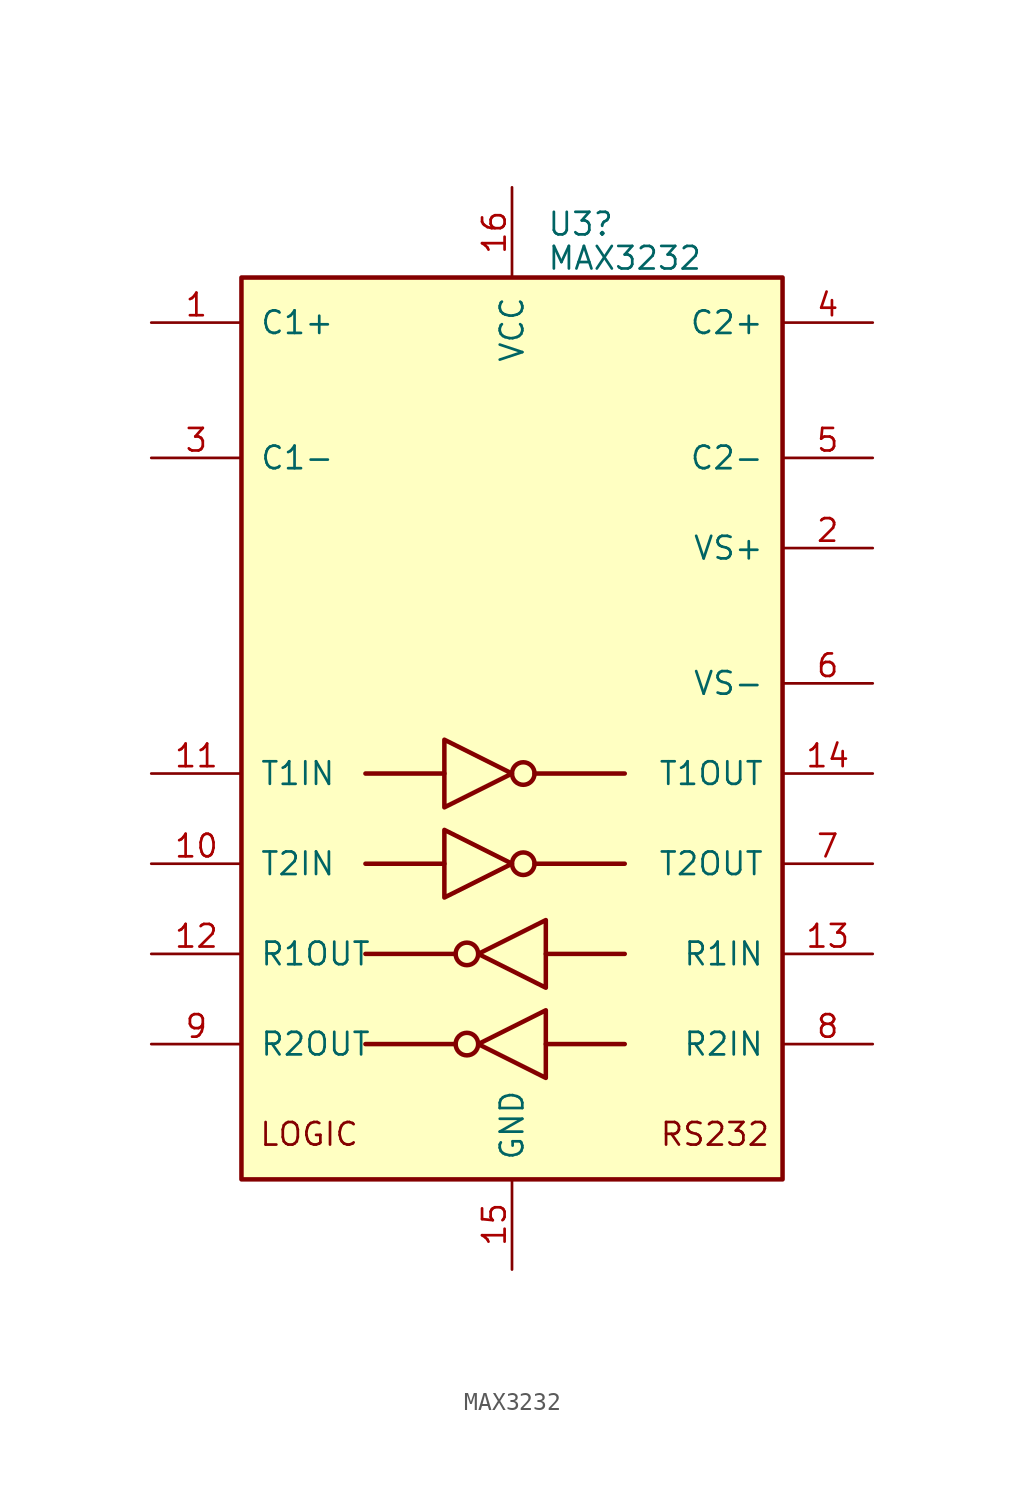
<source format=kicad_sym>
(kicad_symbol_lib
  (version 20220914)
  (generator kicad_symbol_editor)
  (symbol "MAX3232"
    (pin_names
      (offset 1.016))
    (property "Reference" "U3"
      (at 1.956 28.41 0)
      (effects (font (size 1.27 1.27)) (justify left)))
    (property "Value" "MAX3232"
      (at 1.956 26.489 0)
      (effects (font (size 1.27 1.27)) (justify left)))
    (symbol "MAX3232_0_0"
      (text "LOGIC" (at -11.43 -22.86 0) (effects (font (size 1.27 1.27))))
      (text "RS232" (at 11.43 -22.86 0) (effects (font (size 1.27 1.27)))))
    (symbol "MAX3232_0_1"
      (rectangle (start -15.24 -25.4) (end 15.24 25.4) (stroke (width 0.254) (type default)) (fill (type background)))
      (circle (center -2.54 -17.78) (radius 0.635) (stroke (width 0.254) (type default)) (fill (type none)))
      (circle (center -2.54 -12.7) (radius 0.635) (stroke (width 0.254) (type default)) (fill (type none)))
      (polyline (pts (xy -3.81 -7.62) (xy -8.255 -7.62)) (stroke (width 0.254) (type default)) (fill (type none)))
      (polyline (pts (xy -3.81 -2.54) (xy -8.255 -2.54)) (stroke (width 0.254) (type default)) (fill (type none)))
      (polyline (pts (xy -3.175 -17.78) (xy -8.255 -17.78)) (stroke (width 0.254) (type default)) (fill (type none)))
      (polyline (pts (xy -3.175 -12.7) (xy -8.255 -12.7)) (stroke (width 0.254) (type default)) (fill (type none)))
      (polyline (pts (xy 1.27 -7.62) (xy 6.35 -7.62)) (stroke (width 0.254) (type default)) (fill (type none)))
      (polyline (pts (xy 1.27 -2.54) (xy 6.35 -2.54)) (stroke (width 0.254) (type default)) (fill (type none)))
      (polyline (pts (xy 1.905 -17.78) (xy 6.35 -17.78)) (stroke (width 0.254) (type default)) (fill (type none)))
      (polyline (pts (xy 1.905 -12.7) (xy 6.35 -12.7)) (stroke (width 0.254) (type default)) (fill (type none)))
      (polyline (pts (xy -3.81 -5.715) (xy -3.81 -9.525) (xy 0 -7.62) (xy -3.81 -5.715)) (stroke (width 0.254) (type default)) (fill (type none)))
      (polyline (pts (xy -3.81 -0.635) (xy -3.81 -4.445) (xy 0 -2.54) (xy -3.81 -0.635)) (stroke (width 0.254) (type default)) (fill (type none)))
      (polyline (pts (xy 1.905 -15.875) (xy 1.905 -19.685) (xy -1.905 -17.78) (xy 1.905 -15.875)) (stroke (width 0.254) (type default)) (fill (type none)))
      (polyline (pts (xy 1.905 -10.795) (xy 1.905 -14.605) (xy -1.905 -12.7) (xy 1.905 -10.795)) (stroke (width 0.254) (type default)) (fill (type none)))
      (circle (center 0.635 -7.62) (radius 0.635) (stroke (width 0.254) (type default)) (fill (type none)))
      (circle (center 0.635 -2.54) (radius 0.635) (stroke (width 0.254) (type default)) (fill (type none))))
    (symbol "MAX3232_1_1"
      (pin passive line (at -20.32 22.86 0) (length 5.08) (name "C1+" (effects (font (size 1.27 1.27)))) (number "1" (effects (font (size 1.27 1.27)))))
      (pin input line (at -20.32 -7.62 0) (length 5.08) (name "T2IN" (effects (font (size 1.27 1.27)))) (number "10" (effects (font (size 1.27 1.27)))))
      (pin input line (at -20.32 -2.54 0) (length 5.08) (name "T1IN" (effects (font (size 1.27 1.27)))) (number "11" (effects (font (size 1.27 1.27)))))
      (pin output line (at -20.32 -12.7 0) (length 5.08) (name "R1OUT" (effects (font (size 1.27 1.27)))) (number "12" (effects (font (size 1.27 1.27)))))
      (pin input line (at 20.32 -12.7 180) (length 5.08) (name "R1IN" (effects (font (size 1.27 1.27)))) (number "13" (effects (font (size 1.27 1.27)))))
      (pin output line (at 20.32 -2.54 180) (length 5.08) (name "T1OUT" (effects (font (size 1.27 1.27)))) (number "14" (effects (font (size 1.27 1.27)))))
      (pin power_in line (at 0 -30.48 90) (length 5.08) (name "GND" (effects (font (size 1.27 1.27)))) (number "15" (effects (font (size 1.27 1.27)))))
      (pin power_in line (at 0 30.48 270) (length 5.08) (name "VCC" (effects (font (size 1.27 1.27)))) (number "16" (effects (font (size 1.27 1.27)))))
      (pin power_out line (at 20.32 10.16 180) (length 5.08) (name "VS+" (effects (font (size 1.27 1.27)))) (number "2" (effects (font (size 1.27 1.27)))))
      (pin passive line (at -20.32 15.24 0) (length 5.08) (name "C1-" (effects (font (size 1.27 1.27)))) (number "3" (effects (font (size 1.27 1.27)))))
      (pin passive line (at 20.32 22.86 180) (length 5.08) (name "C2+" (effects (font (size 1.27 1.27)))) (number "4" (effects (font (size 1.27 1.27)))))
      (pin passive line (at 20.32 15.24 180) (length 5.08) (name "C2-" (effects (font (size 1.27 1.27)))) (number "5" (effects (font (size 1.27 1.27)))))
      (pin power_out line (at 20.32 2.54 180) (length 5.08) (name "VS-" (effects (font (size 1.27 1.27)))) (number "6" (effects (font (size 1.27 1.27)))))
      (pin output line (at 20.32 -7.62 180) (length 5.08) (name "T2OUT" (effects (font (size 1.27 1.27)))) (number "7" (effects (font (size 1.27 1.27)))))
      (pin input line (at 20.32 -17.78 180) (length 5.08) (name "R2IN" (effects (font (size 1.27 1.27)))) (number "8" (effects (font (size 1.27 1.27)))))
      (pin output line (at -20.32 -17.78 0) (length 5.08) (name "R2OUT" (effects (font (size 1.27 1.27)))) (number "9" (effects (font (size 1.27 1.27))))))))
</source>
